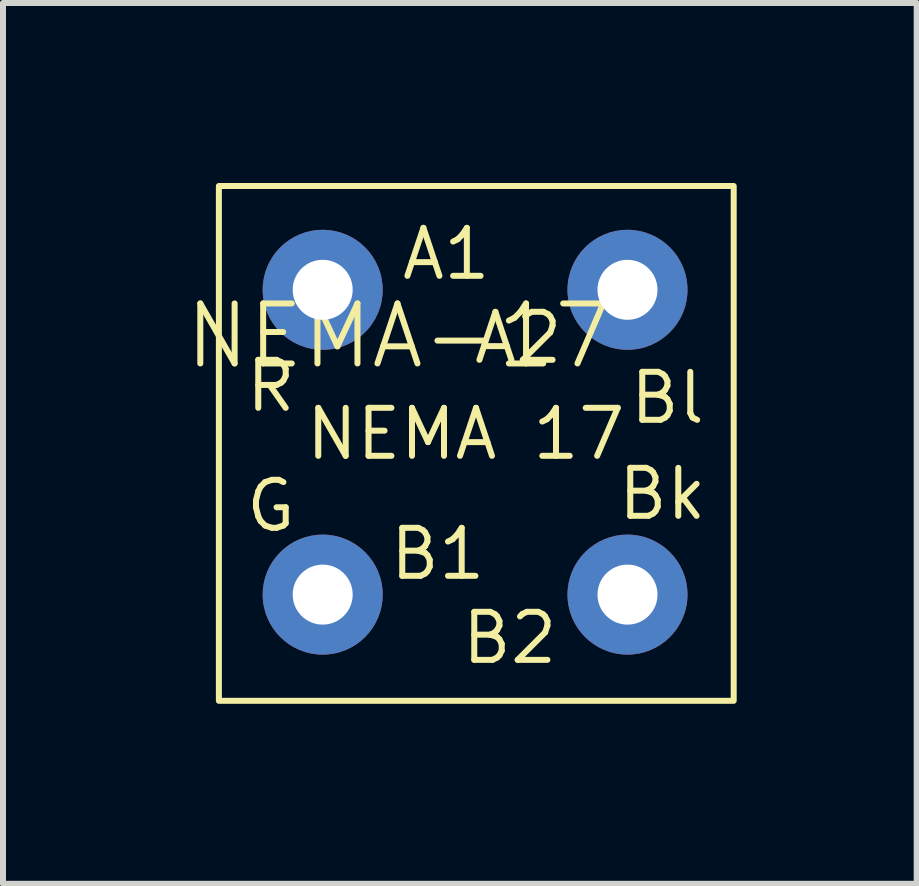
<source format=kicad_pcb>
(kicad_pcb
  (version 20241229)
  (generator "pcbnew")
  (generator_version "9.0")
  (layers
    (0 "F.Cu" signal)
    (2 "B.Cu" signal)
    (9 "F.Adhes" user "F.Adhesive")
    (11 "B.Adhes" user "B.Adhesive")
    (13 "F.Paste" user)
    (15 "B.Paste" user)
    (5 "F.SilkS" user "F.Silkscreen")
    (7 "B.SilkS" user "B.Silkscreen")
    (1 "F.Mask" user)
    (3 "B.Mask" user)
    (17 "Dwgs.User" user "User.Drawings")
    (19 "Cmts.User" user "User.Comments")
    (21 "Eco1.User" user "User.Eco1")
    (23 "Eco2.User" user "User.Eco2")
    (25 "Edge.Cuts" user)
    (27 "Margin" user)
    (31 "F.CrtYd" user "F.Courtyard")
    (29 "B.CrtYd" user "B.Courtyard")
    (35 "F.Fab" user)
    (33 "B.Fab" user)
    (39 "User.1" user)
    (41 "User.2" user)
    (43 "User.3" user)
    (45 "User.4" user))
  (footprint "NEMA-17"
    (layer "F.Cu")
    (at 3.598 3.05)
    (property "Reference" "NEMA-17" (at 0 -0.5 0) (unlocked yes) (layer "F.SilkS") (effects (font (size 1 1) (thickness 0.1))))
    (attr smd)
    (fp_rect (start -3 -3) (end 5.58 5.58) (stroke (width 0.1) (type default)) (fill no) (layer "F.SilkS"))
    (fp_text user "G" (at -2.6 2.8 0) (unlocked yes) (layer "F.SilkS") (effects (font (size 0.8 0.8) (thickness 0.1)) (justify left bottom)))
    (fp_text user "B1" (at -0.2 3.6 0) (unlocked yes) (layer "F.SilkS") (effects (font (size 0.8 0.8) (thickness 0.1)) (justify left bottom)))
    (fp_text user "A2" (at 1.2 0 0) (unlocked yes) (layer "F.SilkS") (effects (font (size 0.8 0.8) (thickness 0.1)) (justify left bottom)))
    (fp_text user "NEMA 17" (at -1.6 1.6 0) (unlocked yes) (layer "F.SilkS") (effects (font (size 0.8 0.8) (thickness 0.1)) (justify left bottom)))
    (fp_text user "A1" (at 0 -1.4 0) (unlocked yes) (layer "F.SilkS") (effects (font (size 0.8 0.8) (thickness 0.1)) (justify left bottom)))
    (fp_text user "R" (at -2.6 0.8 0) (unlocked yes) (layer "F.SilkS") (effects (font (size 0.8 0.8) (thickness 0.1)) (justify left bottom)))
    (fp_text user "Bk" (at 3.6 2.6 0) (unlocked yes) (layer "F.SilkS") (effects (font (size 0.8 0.8) (thickness 0.1)) (justify left bottom)))
    (fp_text user "B2" (at 1 5 0) (unlocked yes) (layer "F.SilkS") (effects (font (size 0.8 0.8) (thickness 0.1)) (justify left bottom)))
    (fp_text user "Bl" (at 3.8 1 0) (unlocked yes) (layer "F.SilkS") (effects (font (size 0.8 0.8) (thickness 0.1)) (justify left bottom)))
    (pad "1" thru_hole circle (at -1.27 -1.27) (size 2 2) (drill 1) (layers "*.Cu" "*.Mask"))
    (pad "2" thru_hole circle (at 3.81 -1.27) (size 2 2) (drill 1) (layers "*.Cu" "*.Mask"))
    (pad "3" thru_hole circle (at -1.27 3.81) (size 2 2) (drill 1) (layers "*.Cu" "*.Mask"))
    (pad "4" thru_hole circle (at 3.81 3.81) (size 2 2) (drill 1) (layers "*.Cu" "*.Mask")))
  (gr_rect
    (start -3 -3)
    (end 12.228 11.68)
    (stroke (width 0.1) (type default))
    (fill no)
    (layer "Edge.Cuts")))
</source>
